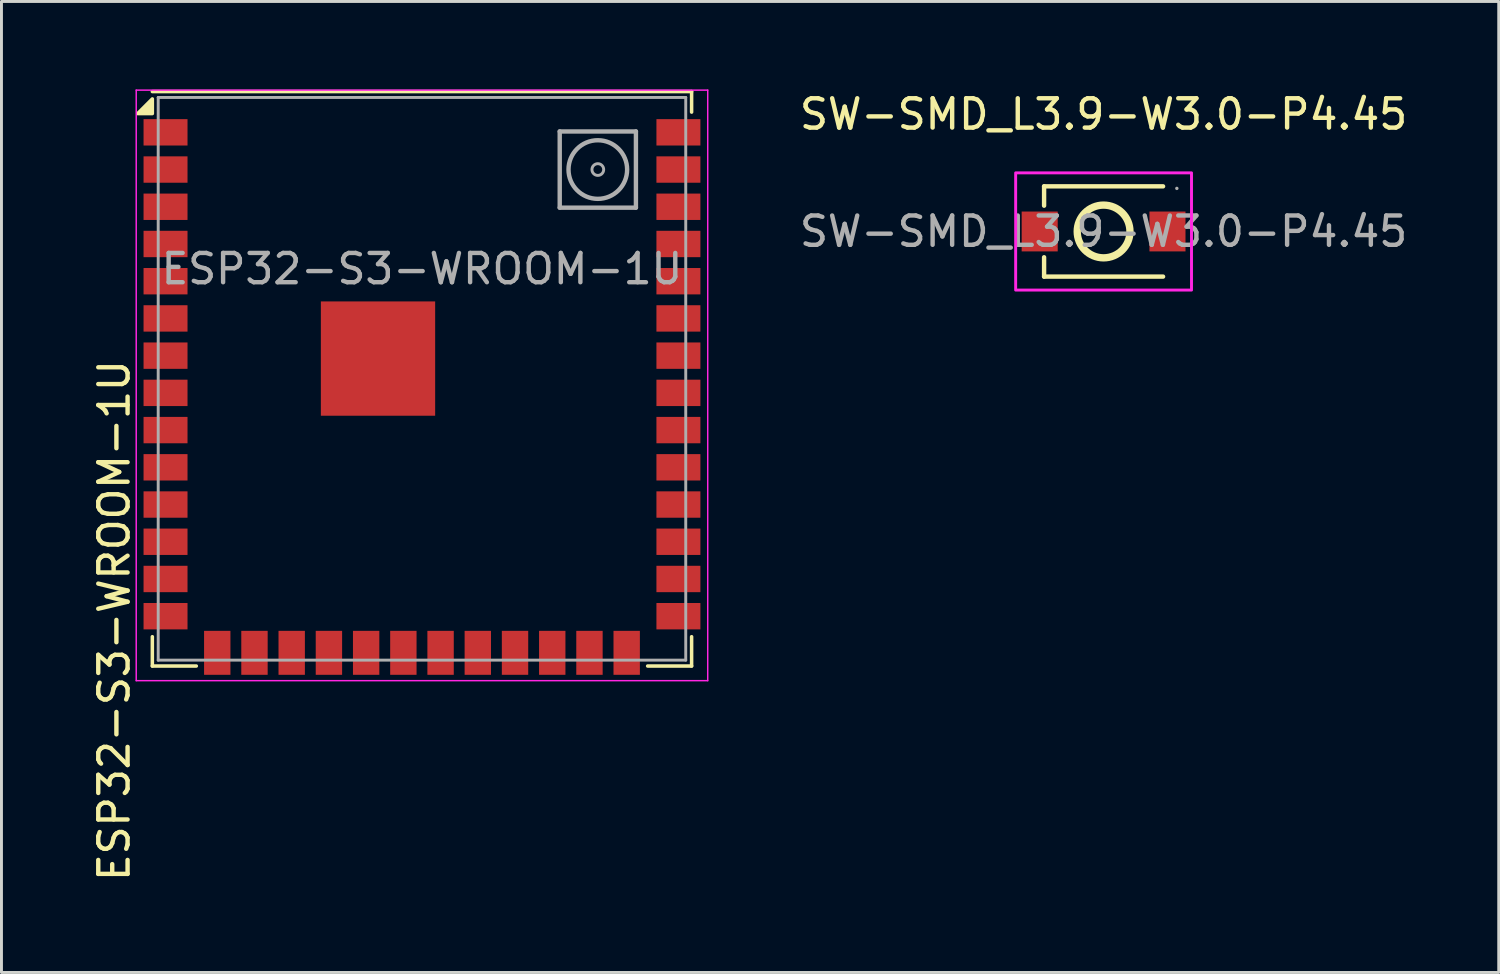
<source format=kicad_pcb>
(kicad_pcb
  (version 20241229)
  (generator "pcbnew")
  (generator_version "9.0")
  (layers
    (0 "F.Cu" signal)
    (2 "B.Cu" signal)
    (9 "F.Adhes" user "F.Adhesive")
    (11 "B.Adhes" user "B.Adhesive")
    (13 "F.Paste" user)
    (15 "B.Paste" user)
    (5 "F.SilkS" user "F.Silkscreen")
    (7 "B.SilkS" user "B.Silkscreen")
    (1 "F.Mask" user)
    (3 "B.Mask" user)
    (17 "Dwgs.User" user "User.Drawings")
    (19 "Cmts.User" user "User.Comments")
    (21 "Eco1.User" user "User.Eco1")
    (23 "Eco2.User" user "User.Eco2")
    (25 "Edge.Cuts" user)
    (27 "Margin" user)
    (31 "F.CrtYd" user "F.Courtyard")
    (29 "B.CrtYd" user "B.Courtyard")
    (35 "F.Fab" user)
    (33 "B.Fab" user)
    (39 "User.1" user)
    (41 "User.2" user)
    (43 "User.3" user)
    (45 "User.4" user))
  (footprint "ESP32-S3-WROOM-1U"
    (layer "F.Cu")
    (at 11.348 9.875)
    (property "Reference" "ESP32-S3-WROOM-1U" (at -10.5 8.25 90) (unlocked yes) (layer "F.SilkS") (effects (font (size 1 1) (thickness 0.15))))
    (attr smd)
    (fp_line (start -9.2 -9.8) (end 9.2 -9.8) (stroke (width 0.12) (type solid)) (layer "F.SilkS"))
    (fp_line (start -9.2 8.8) (end -9.2 9.8) (stroke (width 0.12) (type solid)) (layer "F.SilkS"))
    (fp_line (start -9.2 9.8) (end -7.7 9.8) (stroke (width 0.12) (type solid)) (layer "F.SilkS"))
    (fp_line (start 9.2 -9.8) (end 9.2 -9.1) (stroke (width 0.12) (type solid)) (layer "F.SilkS"))
    (fp_line (start 9.2 9.8) (end 7.7 9.8) (stroke (width 0.12) (type solid)) (layer "F.SilkS"))
    (fp_line (start 9.2 9.8) (end 9.2 8.8) (stroke (width 0.12) (type solid)) (layer "F.SilkS"))
    (fp_poly (pts (xy -9.2 -9.05) (xy -9.7 -9.05) (xy -9.2 -9.55) (xy -9.2 -9.05)) (stroke (width 0.12) (type solid)) (fill yes) (layer "F.SilkS"))
    (fp_line (start -9.75 10.3) (end -9.75 -9.85) (stroke (width 0.05) (type solid)) (layer "F.CrtYd"))
    (fp_line (start -9.75 10.3) (end 9.75 10.3) (stroke (width 0.05) (type solid)) (layer "F.CrtYd"))
    (fp_line (start 9.75 -9.85) (end -9.75 -9.85) (stroke (width 0.05) (type solid)) (layer "F.CrtYd"))
    (fp_line (start 9.75 -9.85) (end 9.75 10.3) (stroke (width 0.05) (type solid)) (layer "F.CrtYd"))
    (fp_line (start -9 -9.6) (end 9 -9.6) (stroke (width 0.1) (type solid)) (layer "F.Fab"))
    (fp_line (start -9 9.6) (end -9 -9.6) (stroke (width 0.1) (type solid)) (layer "F.Fab"))
    (fp_line (start -9 9.6) (end 9 9.6) (stroke (width 0.1) (type solid)) (layer "F.Fab"))
    (fp_line (start 4.7 -8.44) (end 7.3 -8.44) (stroke (width 0.15) (type solid)) (layer "F.Fab"))
    (fp_line (start 4.7 -5.84) (end 4.7 -8.44) (stroke (width 0.15) (type solid)) (layer "F.Fab"))
    (fp_line (start 7.3 -8.44) (end 7.3 -5.84) (stroke (width 0.15) (type solid)) (layer "F.Fab"))
    (fp_line (start 7.3 -5.84) (end 4.7 -5.84) (stroke (width 0.15) (type solid)) (layer "F.Fab"))
    (fp_line (start 9 9.6) (end 9 -9.6) (stroke (width 0.1) (type solid)) (layer "F.Fab"))
    (fp_circle (center 6 -7.14) (end 6 -6.94) (stroke (width 0.1) (type solid)) (fill no) (layer "F.Fab"))
    (fp_circle (center 6 -7.14) (end 7 -7.14) (stroke (width 0.15) (type solid)) (fill no) (layer "F.Fab"))
    (fp_text user "${REFERENCE}" (at 0 -3.75 0) (unlocked yes) (layer "F.Fab") (effects (font (size 1 1) (thickness 0.15))))
    (pad "" smd rect (at -2.904 0.71) (size 0.9 0.9) (layers "F.Paste"))
    (pad "" smd rect (at -2.9 -2.09) (size 0.9 0.9) (layers "F.Paste"))
    (pad "" smd rect (at -2.9 -0.69) (size 0.9 0.9) (layers "F.Paste"))
    (pad "" smd rect (at -1.504 0.71) (size 0.9 0.9) (layers "F.Paste"))
    (pad "" smd rect (at -1.5 -2.09) (size 0.9 0.9) (layers "F.Paste"))
    (pad "" smd rect (at -1.5 -0.69) (size 0.9 0.9) (layers "F.Paste"))
    (pad "" smd rect (at -0.104 0.71) (size 0.9 0.9) (layers "F.Paste"))
    (pad "" smd rect (at -0.1 -2.09) (size 0.9 0.9) (layers "F.Paste"))
    (pad "" smd rect (at -0.1 -0.69) (size 0.9 0.9) (layers "F.Paste"))
    (pad "1" smd rect (at -8.75 -8.41) (size 1.5 0.9) (layers "F.Cu" "F.Mask" "F.Paste"))
    (pad "2" smd rect (at -8.75 -7.14) (size 1.5 0.9) (layers "F.Cu" "F.Mask" "F.Paste"))
    (pad "3" smd rect (at -8.75 -5.87) (size 1.5 0.9) (layers "F.Cu" "F.Mask" "F.Paste"))
    (pad "4" smd rect (at -8.75 -4.6) (size 1.5 0.9) (layers "F.Cu" "F.Mask" "F.Paste"))
    (pad "5" smd rect (at -8.75 -3.33) (size 1.5 0.9) (layers "F.Cu" "F.Mask" "F.Paste"))
    (pad "6" smd rect (at -8.75 -2.06) (size 1.5 0.9) (layers "F.Cu" "F.Mask" "F.Paste"))
    (pad "7" smd rect (at -8.75 -0.79) (size 1.5 0.9) (layers "F.Cu" "F.Mask" "F.Paste"))
    (pad "8" smd rect (at -8.75 0.48) (size 1.5 0.9) (layers "F.Cu" "F.Mask" "F.Paste"))
    (pad "9" smd rect (at -8.75 1.75) (size 1.5 0.9) (layers "F.Cu" "F.Mask" "F.Paste"))
    (pad "10" smd rect (at -8.75 3.02) (size 1.5 0.9) (layers "F.Cu" "F.Mask" "F.Paste"))
    (pad "11" smd rect (at -8.75 4.29) (size 1.5 0.9) (layers "F.Cu" "F.Mask" "F.Paste"))
    (pad "12" smd rect (at -8.75 5.56) (size 1.5 0.9) (layers "F.Cu" "F.Mask" "F.Paste"))
    (pad "13" smd rect (at -8.75 6.83) (size 1.5 0.9) (layers "F.Cu" "F.Mask" "F.Paste"))
    (pad "14" smd rect (at -8.75 8.1 180) (size 1.5 0.9) (layers "F.Cu" "F.Mask" "F.Paste"))
    (pad "15" smd rect (at -6.985 9.35 270) (size 1.5 0.9) (layers "F.Cu" "F.Mask" "F.Paste"))
    (pad "16" smd rect (at -5.715 9.35 270) (size 1.5 0.9) (layers "F.Cu" "F.Mask" "F.Paste"))
    (pad "17" smd rect (at -4.445 9.35 270) (size 1.5 0.9) (layers "F.Cu" "F.Mask" "F.Paste"))
    (pad "18" smd rect (at -3.175 9.35 270) (size 1.5 0.9) (layers "F.Cu" "F.Mask" "F.Paste"))
    (pad "19" smd rect (at -1.905 9.35 270) (size 1.5 0.9) (layers "F.Cu" "F.Mask" "F.Paste"))
    (pad "20" smd rect (at -0.635 9.35 270) (size 1.5 0.9) (layers "F.Cu" "F.Mask" "F.Paste"))
    (pad "21" smd rect (at 0.635 9.35 270) (size 1.5 0.9) (layers "F.Cu" "F.Mask" "F.Paste"))
    (pad "22" smd rect (at 1.905 9.35 270) (size 1.5 0.9) (layers "F.Cu" "F.Mask" "F.Paste"))
    (pad "23" smd rect (at 3.175 9.35 270) (size 1.5 0.9) (layers "F.Cu" "F.Mask" "F.Paste"))
    (pad "24" smd rect (at 4.445 9.35 270) (size 1.5 0.9) (layers "F.Cu" "F.Mask" "F.Paste"))
    (pad "25" smd rect (at 5.715 9.35 270) (size 1.5 0.9) (layers "F.Cu" "F.Mask" "F.Paste"))
    (pad "26" smd rect (at 6.985 9.35 270) (size 1.5 0.9) (layers "F.Cu" "F.Mask" "F.Paste"))
    (pad "27" smd rect (at 8.75 8.1) (size 1.5 0.9) (layers "F.Cu" "F.Mask" "F.Paste"))
    (pad "28" smd rect (at 8.75 6.83) (size 1.5 0.9) (layers "F.Cu" "F.Mask" "F.Paste"))
    (pad "29" smd rect (at 8.75 5.56) (size 1.5 0.9) (layers "F.Cu" "F.Mask" "F.Paste"))
    (pad "30" smd rect (at 8.75 4.29) (size 1.5 0.9) (layers "F.Cu" "F.Mask" "F.Paste"))
    (pad "31" smd rect (at 8.75 3.02) (size 1.5 0.9) (layers "F.Cu" "F.Mask" "F.Paste"))
    (pad "32" smd rect (at 8.75 1.75) (size 1.5 0.9) (layers "F.Cu" "F.Mask" "F.Paste"))
    (pad "33" smd rect (at 8.75 0.48) (size 1.5 0.9) (layers "F.Cu" "F.Mask" "F.Paste"))
    (pad "34" smd rect (at 8.75 -0.79) (size 1.5 0.9) (layers "F.Cu" "F.Mask" "F.Paste"))
    (pad "35" smd rect (at 8.75 -2.06) (size 1.5 0.9) (layers "F.Cu" "F.Mask" "F.Paste"))
    (pad "36" smd rect (at 8.75 -3.33) (size 1.5 0.9) (layers "F.Cu" "F.Mask" "F.Paste"))
    (pad "37" smd rect (at 8.75 -4.6) (size 1.5 0.9) (layers "F.Cu" "F.Mask" "F.Paste"))
    (pad "38" smd rect (at 8.75 -5.87) (size 1.5 0.9) (layers "F.Cu" "F.Mask" "F.Paste"))
    (pad "39" smd rect (at 8.75 -7.14) (size 1.5 0.9) (layers "F.Cu" "F.Mask" "F.Paste"))
    (pad "40" smd rect (at 8.75 -8.41) (size 1.5 0.9) (layers "F.Cu" "F.Mask" "F.Paste"))
    (pad "41" smd rect (at -1.5 -0.69) (size 3.9 3.9) (property pad_prop_heatsink) (layers "F.Cu" "F.Mask")))
  (footprint "SW-SMD_L3.9-W3.0-P4.45"
    (layer "F.Cu")
    (at 34.605 4.848)
    (property "Reference" "SW-SMD_L3.9-W3.0-P4.45" (at 0 -4 0) (layer "F.SilkS") (effects (font (size 1 1) (thickness 0.15))))
    (attr smd)
    (fp_line (start -2.03 -1.54) (end -2.03 -0.88) (stroke (width 0.15) (type solid)) (layer "F.SilkS"))
    (fp_line (start -2.03 1.54) (end -2.03 0.88) (stroke (width 0.15) (type solid)) (layer "F.SilkS"))
    (fp_line (start 2.03 -1.54) (end -2.03 -1.54) (stroke (width 0.15) (type solid)) (layer "F.SilkS"))
    (fp_line (start 2.03 1.54) (end -2.03 1.54) (stroke (width 0.15) (type solid)) (layer "F.SilkS"))
    (fp_circle (center 0 0) (end 0.9 0) (stroke (width 0.25) (type solid)) (fill no) (layer "F.SilkS"))
    (fp_rect (start -3 -2) (end 3 2) (stroke (width 0.1) (type solid)) (fill no) (layer "F.CrtYd"))
    (fp_circle (center 2.5 -1.47) (end 2.53 -1.47) (stroke (width 0.06) (type solid)) (fill no) (layer "F.Fab"))
    (fp_text user "${REFERENCE}" (at 0 0 0) (layer "F.Fab") (effects (font (size 1 1) (thickness 0.15))))
    (pad "1" smd rect (at -2.18 0) (size 1.23 1.36) (layers "F.Cu" "F.Mask" "F.Paste"))
    (pad "2" smd rect (at 2.18 0) (size 1.23 1.36) (layers "F.Cu" "F.Mask" "F.Paste")))
  (gr_rect
    (start -3 -3)
    (end 48.088 30.131)
    (stroke (width 0.1) (type default))
    (fill no)
    (layer "Edge.Cuts")))
</source>
